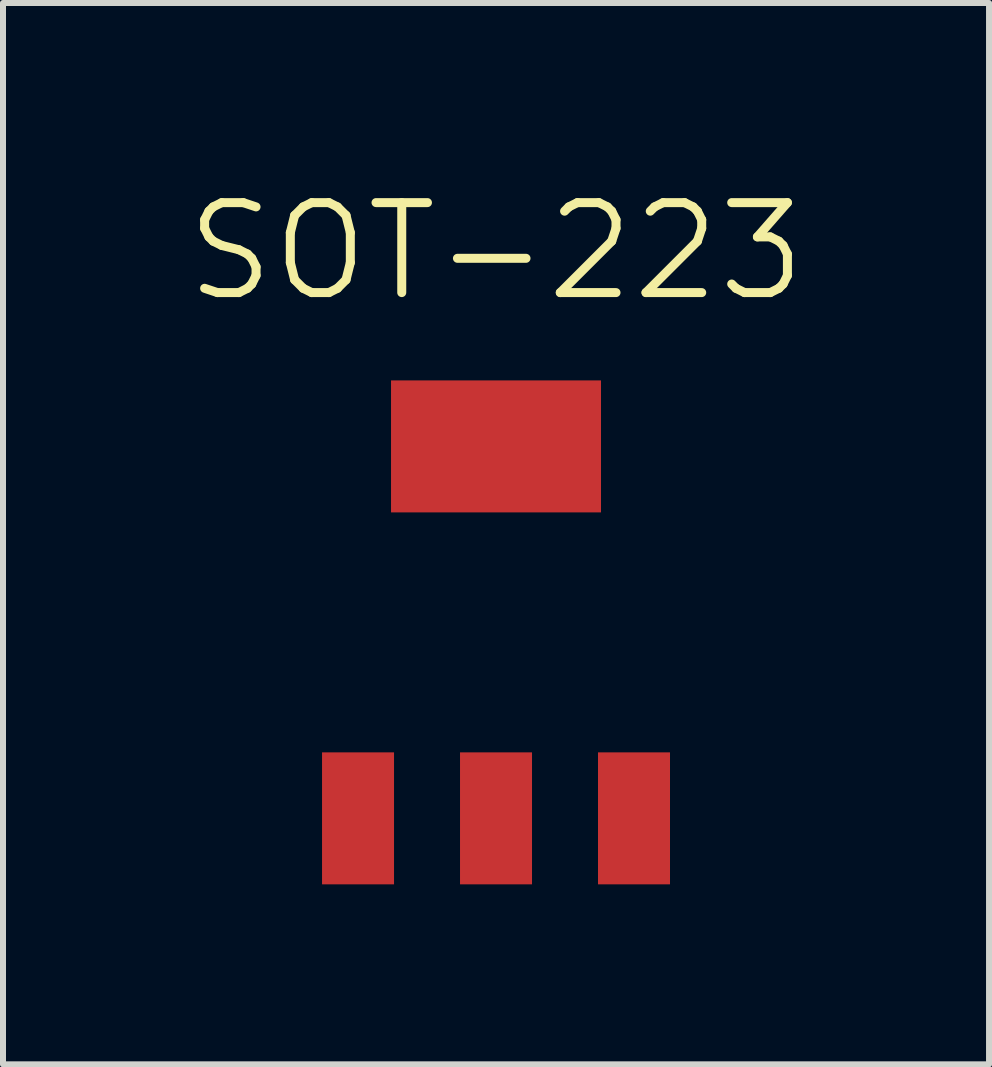
<source format=kicad_pcb>
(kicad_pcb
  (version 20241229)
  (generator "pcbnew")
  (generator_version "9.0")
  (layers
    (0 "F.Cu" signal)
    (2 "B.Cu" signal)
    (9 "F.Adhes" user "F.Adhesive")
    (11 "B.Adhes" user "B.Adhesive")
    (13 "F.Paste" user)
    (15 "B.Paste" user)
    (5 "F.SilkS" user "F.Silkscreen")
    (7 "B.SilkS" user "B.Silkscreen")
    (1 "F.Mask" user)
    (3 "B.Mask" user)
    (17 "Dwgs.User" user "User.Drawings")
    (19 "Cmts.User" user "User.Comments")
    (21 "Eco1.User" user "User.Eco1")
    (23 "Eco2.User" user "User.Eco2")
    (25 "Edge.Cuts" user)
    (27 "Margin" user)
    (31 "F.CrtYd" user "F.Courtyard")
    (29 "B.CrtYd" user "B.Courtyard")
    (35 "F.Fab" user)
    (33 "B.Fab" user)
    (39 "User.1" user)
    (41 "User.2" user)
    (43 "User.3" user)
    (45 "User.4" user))
  (footprint "SOT-223"
    (layer "F.Cu")
    (at 5.218 7.491)
    (property "Reference" "SOT-223" (at 0 -6.35 0) (layer "F.SilkS") (effects (font (size 1.5 1.5) (thickness 0.15))))
    (attr through_hole)
    (pad "1" smd rect (at -2.3 3.1) (size 1.2 2.2) (layers "F.Cu" "F.Mask" "F.Paste"))
    (pad "2" smd rect (at 0 3.1) (size 1.2 2.2) (layers "F.Cu" "F.Mask" "F.Paste"))
    (pad "3" smd rect (at 2.3 3.1) (size 1.2 2.2) (layers "F.Cu" "F.Mask" "F.Paste"))
    (pad "4" smd rect (at 0 -3.1) (size 3.5 2.2) (layers "F.Cu" "F.Mask" "F.Paste")))
  (gr_rect
    (start -3 -3)
    (end 13.436 14.691)
    (stroke (width 0.1) (type default))
    (fill no)
    (layer "Edge.Cuts")))
</source>
